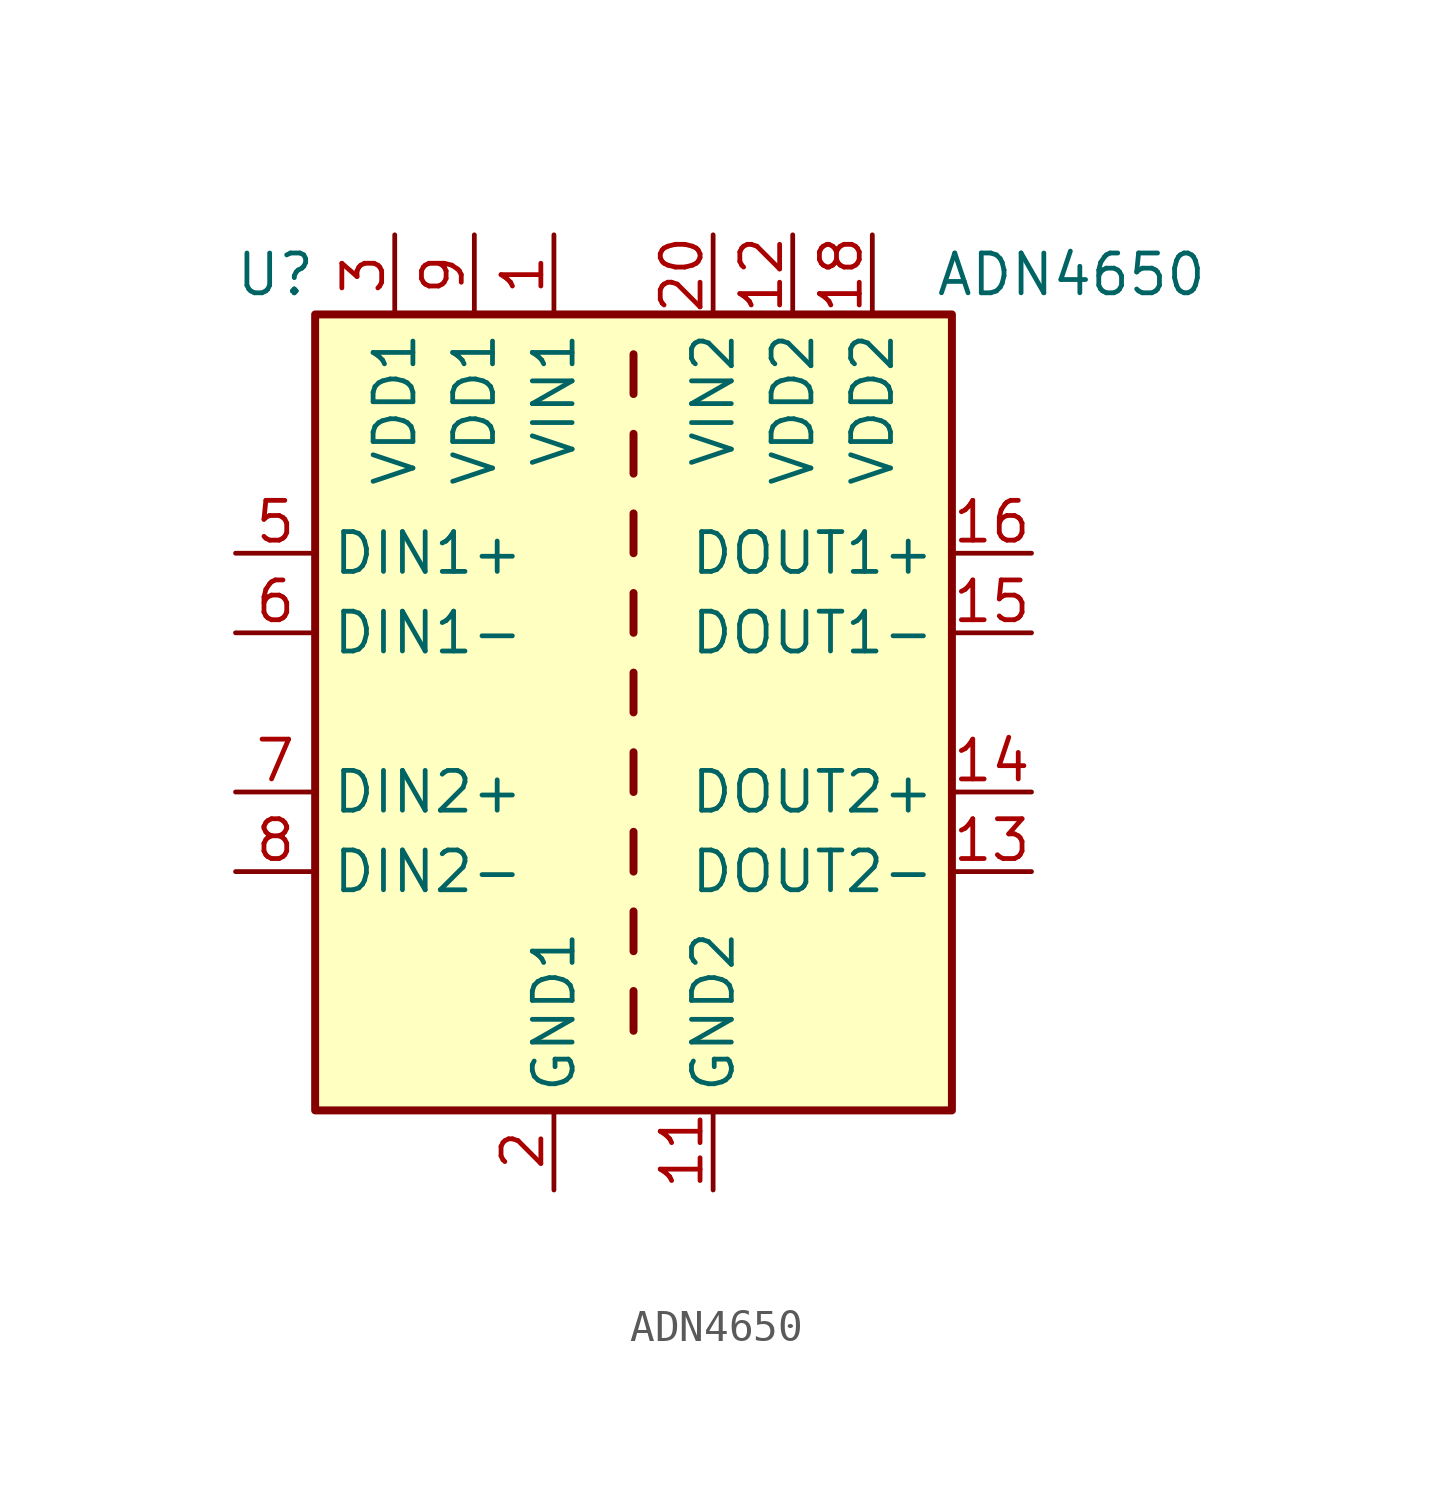
<source format=kicad_sym>
(kicad_symbol_lib
  (version 20211014)
  (generator kicad_symbol_editor)
  (symbol "ADN4650"
    (property "Reference" "U"
      (at -11.43 13.97 0)
      (effects (font (size 1.27 1.27))))
    (property "Value" "ADN4650"
      (at 13.97 13.97 0)
      (effects (font (size 1.27 1.27))))
    (symbol "ADN4650_0_0"
      (pin power_in line (at 5.08 15.24 270) (length 2.54) (name "VDD2" (effects (font (size 1.27 1.27)))) (number "12" (effects (font (size 1.27 1.27)))))
      (pin power_in line (at -5.08 15.24 270) (length 2.54) (name "VDD1" (effects (font (size 1.27 1.27)))) (number "9" (effects (font (size 1.27 1.27))))))
    (symbol "ADN4650_0_1"
      (rectangle (start -10.16 12.7) (end 10.16 -12.7) (stroke (width 0.254) (type default) (color 0 0 0 0)) (fill (type background)))
      (polyline (pts (xy 0 -8.89) (xy 0 -10.16)) (stroke (width 0.254) (type default) (color 0 0 0 0)) (fill (type none)))
      (polyline (pts (xy 0 -6.35) (xy 0 -7.62)) (stroke (width 0.254) (type default) (color 0 0 0 0)) (fill (type none)))
      (polyline (pts (xy 0 -3.81) (xy 0 -5.08)) (stroke (width 0.254) (type default) (color 0 0 0 0)) (fill (type none)))
      (polyline (pts (xy 0 -1.27) (xy 0 -2.54)) (stroke (width 0.254) (type default) (color 0 0 0 0)) (fill (type none)))
      (polyline (pts (xy 0 1.27) (xy 0 0)) (stroke (width 0.254) (type default) (color 0 0 0 0)) (fill (type none)))
      (polyline (pts (xy 0 3.81) (xy 0 2.54)) (stroke (width 0.254) (type default) (color 0 0 0 0)) (fill (type none)))
      (polyline (pts (xy 0 6.35) (xy 0 5.08)) (stroke (width 0.254) (type default) (color 0 0 0 0)) (fill (type none)))
      (polyline (pts (xy 0 8.89) (xy 0 7.62)) (stroke (width 0.254) (type default) (color 0 0 0 0)) (fill (type none)))
      (polyline (pts (xy 0 11.43) (xy 0 10.16)) (stroke (width 0.254) (type default) (color 0 0 0 0)) (fill (type none))))
    (symbol "ADN4650_1_1"
      (pin power_in line (at -2.54 15.24 270) (length 2.54) (name "VIN1" (effects (font (size 1.27 1.27)))) (number "1" (effects (font (size 1.27 1.27)))))
      (pin passive line (at -2.54 -15.24 90) (length 2.54) hide (name "GND1" (effects (font (size 1.27 1.27)))) (number "10" (effects (font (size 1.27 1.27)))))
      (pin power_in line (at 2.54 -15.24 90) (length 2.54) (name "GND2" (effects (font (size 1.27 1.27)))) (number "11" (effects (font (size 1.27 1.27)))))
      (pin output line (at 12.7 -5.08 180) (length 2.54) (name "DOUT2-" (effects (font (size 1.27 1.27)))) (number "13" (effects (font (size 1.27 1.27)))))
      (pin output line (at 12.7 -2.54 180) (length 2.54) (name "DOUT2+" (effects (font (size 1.27 1.27)))) (number "14" (effects (font (size 1.27 1.27)))))
      (pin output line (at 12.7 2.54 180) (length 2.54) (name "DOUT1-" (effects (font (size 1.27 1.27)))) (number "15" (effects (font (size 1.27 1.27)))))
      (pin output line (at 12.7 5.08 180) (length 2.54) (name "DOUT1+" (effects (font (size 1.27 1.27)))) (number "16" (effects (font (size 1.27 1.27)))))
      (pin passive line (at 2.54 -15.24 90) (length 2.54) hide (name "GND2" (effects (font (size 1.27 1.27)))) (number "17" (effects (font (size 1.27 1.27)))))
      (pin power_in line (at 7.62 15.24 270) (length 2.54) (name "VDD2" (effects (font (size 1.27 1.27)))) (number "18" (effects (font (size 1.27 1.27)))))
      (pin passive line (at 2.54 -15.24 90) (length 2.54) hide (name "GND2" (effects (font (size 1.27 1.27)))) (number "19" (effects (font (size 1.27 1.27)))))
      (pin power_in line (at -2.54 -15.24 90) (length 2.54) (name "GND1" (effects (font (size 1.27 1.27)))) (number "2" (effects (font (size 1.27 1.27)))))
      (pin power_in line (at 2.54 15.24 270) (length 2.54) (name "VIN2" (effects (font (size 1.27 1.27)))) (number "20" (effects (font (size 1.27 1.27)))))
      (pin power_in line (at -7.62 15.24 270) (length 2.54) (name "VDD1" (effects (font (size 1.27 1.27)))) (number "3" (effects (font (size 1.27 1.27)))))
      (pin passive line (at -2.54 -15.24 90) (length 2.54) hide (name "GND1" (effects (font (size 1.27 1.27)))) (number "4" (effects (font (size 1.27 1.27)))))
      (pin input line (at -12.7 5.08 0) (length 2.54) (name "DIN1+" (effects (font (size 1.27 1.27)))) (number "5" (effects (font (size 1.27 1.27)))))
      (pin input line (at -12.7 2.54 0) (length 2.54) (name "DIN1-" (effects (font (size 1.27 1.27)))) (number "6" (effects (font (size 1.27 1.27)))))
      (pin input line (at -12.7 -2.54 0) (length 2.54) (name "DIN2+" (effects (font (size 1.27 1.27)))) (number "7" (effects (font (size 1.27 1.27)))))
      (pin input line (at -12.7 -5.08 0) (length 2.54) (name "DIN2-" (effects (font (size 1.27 1.27)))) (number "8" (effects (font (size 1.27 1.27))))))))
</source>
